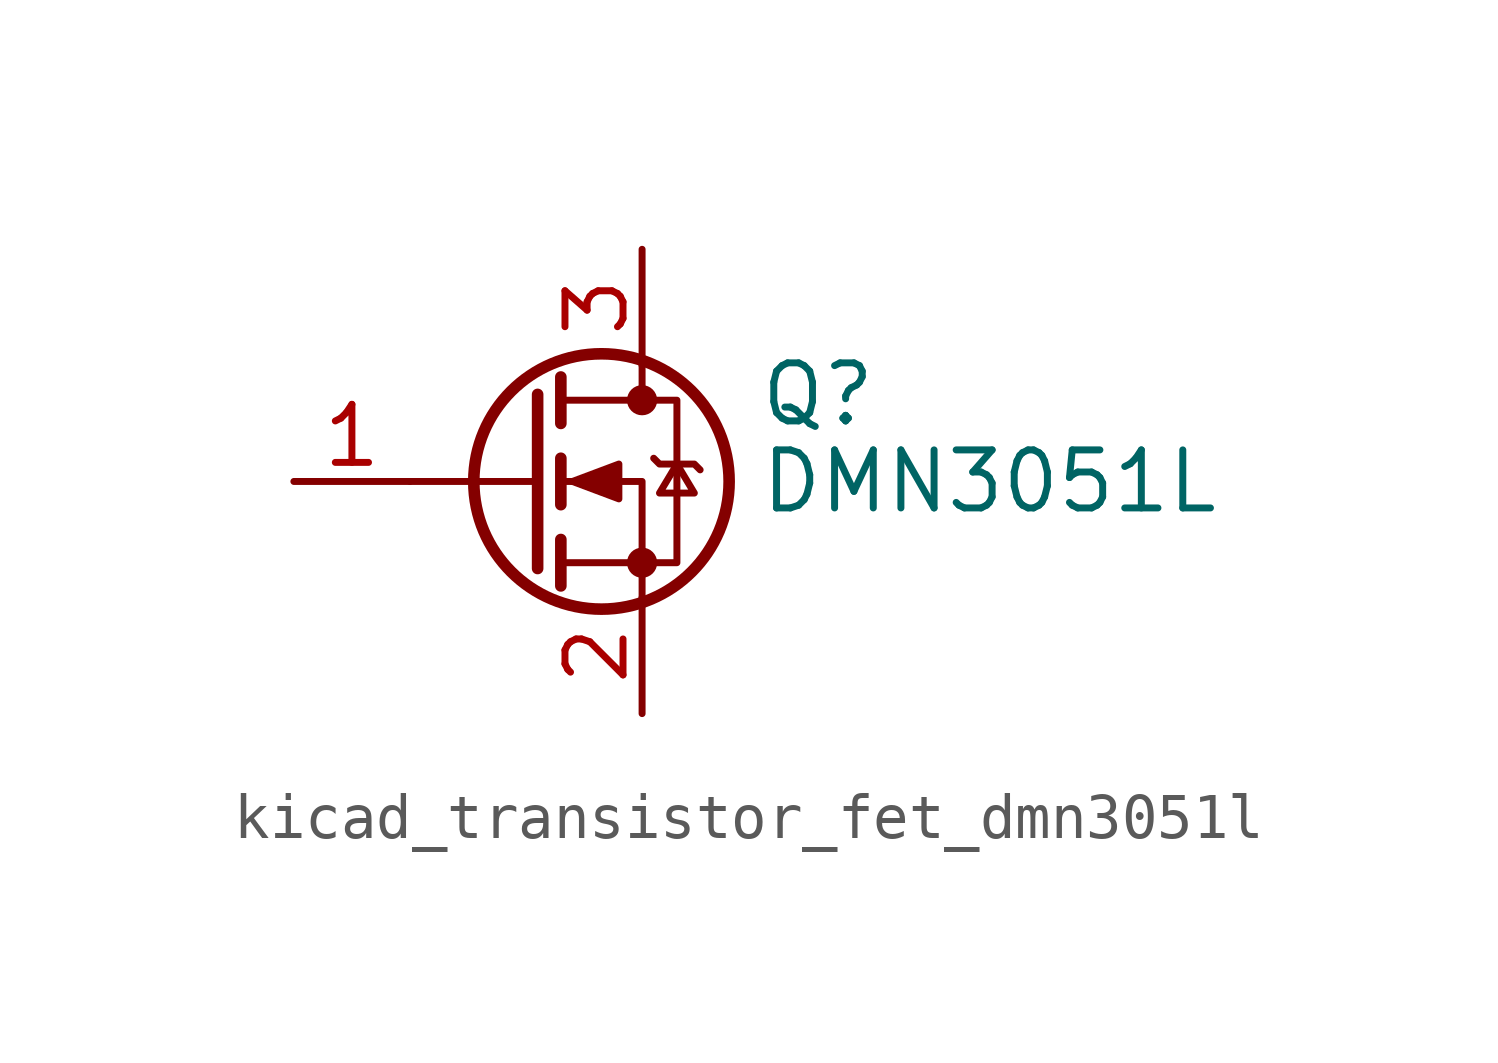
<source format=kicad_sym>
(kicad_symbol_lib
  (version 20220914)
  (generator kicad_symbol_editor)
  (symbol "kicad_transistor_fet_dmn3051l"
    (pin_names hide)
    (property "Reference" "Q"
      (at 5.08 1.905 0)
      (effects (font (size 1.27 1.27)) (justify left)))
    (property "Value" "DMN3051L"
      (at 5.08 0 0)
      (effects (font (size 1.27 1.27)) (justify left)))
    (symbol "kicad_transistor_fet_dmn3051l_0_1"
      (polyline (pts (xy 0.254 0) (xy -2.54 0)) (stroke (width 0) (type default)) (fill (type none)))
      (polyline (pts (xy 0.254 1.905) (xy 0.254 -1.905)) (stroke (width 0.254) (type default)) (fill (type none)))
      (polyline (pts (xy 0.762 -1.27) (xy 0.762 -2.286)) (stroke (width 0.254) (type default)) (fill (type none)))
      (polyline (pts (xy 0.762 0.508) (xy 0.762 -0.508)) (stroke (width 0.254) (type default)) (fill (type none)))
      (polyline (pts (xy 0.762 2.286) (xy 0.762 1.27)) (stroke (width 0.254) (type default)) (fill (type none)))
      (polyline (pts (xy 2.54 2.54) (xy 2.54 1.778)) (stroke (width 0) (type default)) (fill (type none)))
      (polyline (pts (xy 2.54 -2.54) (xy 2.54 0) (xy 0.762 0)) (stroke (width 0) (type default)) (fill (type none)))
      (polyline (pts (xy 0.762 -1.778) (xy 3.302 -1.778) (xy 3.302 1.778) (xy 0.762 1.778)) (stroke (width 0) (type default)) (fill (type none)))
      (polyline (pts (xy 1.016 0) (xy 2.032 0.381) (xy 2.032 -0.381) (xy 1.016 0)) (stroke (width 0) (type default)) (fill (type outline)))
      (polyline (pts (xy 2.794 0.508) (xy 2.921 0.381) (xy 3.683 0.381) (xy 3.81 0.254)) (stroke (width 0) (type default)) (fill (type none)))
      (polyline (pts (xy 3.302 0.381) (xy 2.921 -0.254) (xy 3.683 -0.254) (xy 3.302 0.381)) (stroke (width 0) (type default)) (fill (type none)))
      (circle (center 1.651 0) (radius 2.794) (stroke (width 0.254) (type default)) (fill (type none)))
      (circle (center 2.54 -1.778) (radius 0.254) (stroke (width 0) (type default)) (fill (type outline)))
      (circle (center 2.54 1.778) (radius 0.254) (stroke (width 0) (type default)) (fill (type outline))))
    (symbol "kicad_transistor_fet_dmn3051l_1_1"
      (pin input line (at -5.08 0 0) (length 2.54) (name "G" (effects (font (size 1.27 1.27)))) (number "1" (effects (font (size 1.27 1.27)))))
      (pin passive line (at 2.54 -5.08 90) (length 2.54) (name "S" (effects (font (size 1.27 1.27)))) (number "2" (effects (font (size 1.27 1.27)))))
      (pin passive line (at 2.54 5.08 270) (length 2.54) (name "D" (effects (font (size 1.27 1.27)))) (number "3" (effects (font (size 1.27 1.27))))))))
</source>
